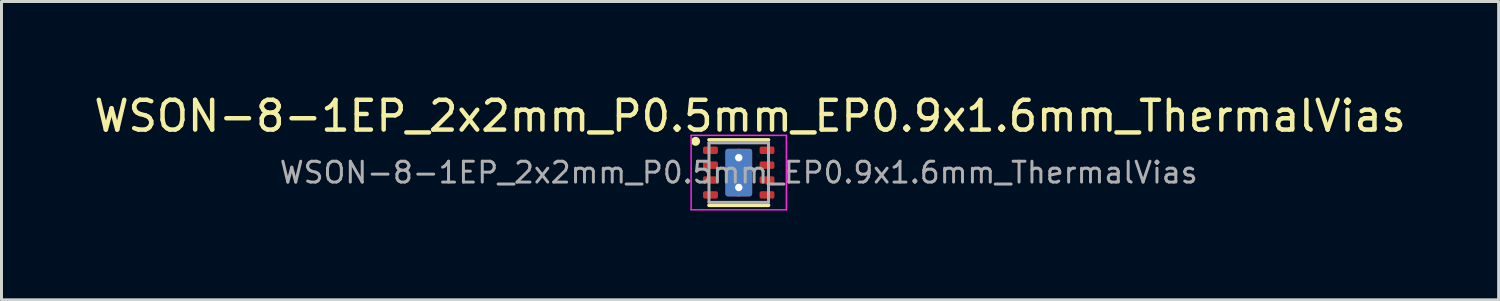
<source format=kicad_pcb>
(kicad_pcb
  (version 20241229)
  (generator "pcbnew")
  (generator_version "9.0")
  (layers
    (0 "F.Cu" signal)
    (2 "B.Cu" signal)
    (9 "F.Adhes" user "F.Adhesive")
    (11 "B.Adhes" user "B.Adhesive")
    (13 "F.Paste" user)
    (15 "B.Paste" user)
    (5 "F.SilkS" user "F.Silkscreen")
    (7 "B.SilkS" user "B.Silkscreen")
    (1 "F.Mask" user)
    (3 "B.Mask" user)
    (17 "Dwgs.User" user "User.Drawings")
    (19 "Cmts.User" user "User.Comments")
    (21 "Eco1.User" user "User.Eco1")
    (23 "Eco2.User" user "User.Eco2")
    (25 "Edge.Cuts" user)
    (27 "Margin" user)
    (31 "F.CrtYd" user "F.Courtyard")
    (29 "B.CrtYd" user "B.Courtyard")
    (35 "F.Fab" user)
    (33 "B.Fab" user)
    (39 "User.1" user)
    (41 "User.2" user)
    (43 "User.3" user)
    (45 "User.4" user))
  (footprint "WSON-8-1EP_2x2mm_P0.5mm_EP0.9x1.6mm_ThermalVias"
    (layer "F.Cu")
    (at 21.769 2.748)
    (property "Reference" "WSON-8-1EP_2x2mm_P0.5mm_EP0.9x1.6mm_ThermalVias" (at 0.38 -1.9 0) (layer "F.SilkS") (effects (font (size 1 1) (thickness 0.15))))
    (attr smd)
    (fp_line (start 1 -1.1) (end -1 -1.1) (stroke (width 0.12) (type solid)) (layer "F.SilkS"))
    (fp_line (start 1 1.1) (end -1 1.1) (stroke (width 0.12) (type solid)) (layer "F.SilkS"))
    (fp_circle (center -1.45 -1.05) (end -1.35 -1.05) (stroke (width 0.1) (type solid)) (fill yes) (layer "F.SilkS"))
    (fp_line (start -1.6 -1.25) (end -1.6 1.25) (stroke (width 0.05) (type solid)) (layer "F.CrtYd"))
    (fp_line (start -1.6 -1.25) (end 1.6 -1.25) (stroke (width 0.05) (type solid)) (layer "F.CrtYd"))
    (fp_line (start -1.6 1.25) (end 1.6 1.25) (stroke (width 0.05) (type solid)) (layer "F.CrtYd"))
    (fp_line (start 1.6 -1.25) (end 1.6 1.25) (stroke (width 0.05) (type solid)) (layer "F.CrtYd"))
    (fp_line (start -1 -1) (end 1 -1) (stroke (width 0.1) (type solid)) (layer "F.Fab"))
    (fp_line (start -1 1) (end -1 -1) (stroke (width 0.1) (type solid)) (layer "F.Fab"))
    (fp_line (start 1 -1) (end 1 1) (stroke (width 0.1) (type solid)) (layer "F.Fab"))
    (fp_line (start 1 1) (end -1 1) (stroke (width 0.1) (type solid)) (layer "F.Fab"))
    (fp_text user "${REFERENCE}" (at 0 0 0) (layer "F.Fab") (effects (font (size 0.7 0.7) (thickness 0.1))))
    (pad "" smd rect (at 0 -0.4) (size 0.75 0.65) (layers "F.Paste"))
    (pad "" smd rect (at 0 0.4) (size 0.75 0.65) (layers "F.Paste"))
    (pad "1" smd roundrect (at -0.95 -0.75) (size 0.5 0.25) (layers "F.Cu" "F.Mask" "F.Paste") (roundrect_rratio 0.25))
    (pad "2" smd roundrect (at -0.95 -0.25) (size 0.5 0.25) (layers "F.Cu" "F.Mask" "F.Paste") (roundrect_rratio 0.25))
    (pad "3" smd roundrect (at -0.95 0.25) (size 0.5 0.25) (layers "F.Cu" "F.Mask" "F.Paste") (roundrect_rratio 0.25))
    (pad "4" smd roundrect (at -0.95 0.75) (size 0.5 0.25) (layers "F.Cu" "F.Mask" "F.Paste") (roundrect_rratio 0.25))
    (pad "5" smd roundrect (at 0.95 0.75) (size 0.5 0.25) (layers "F.Cu" "F.Mask" "F.Paste") (roundrect_rratio 0.25))
    (pad "6" smd roundrect (at 0.95 0.25) (size 0.5 0.25) (layers "F.Cu" "F.Mask" "F.Paste") (roundrect_rratio 0.25))
    (pad "7" smd roundrect (at 0.95 -0.25) (size 0.5 0.25) (layers "F.Cu" "F.Mask" "F.Paste") (roundrect_rratio 0.25))
    (pad "8" smd roundrect (at 0.95 -0.75) (size 0.5 0.25) (layers "F.Cu" "F.Mask" "F.Paste") (roundrect_rratio 0.25))
    (pad "9" thru_hole circle (at 0 -0.5) (size 0.6 0.6) (drill 0.25) (layers "*.Cu"))
    (pad "9" smd roundrect (at 0 0) (size 0.9 1.6) (layers "F.Cu" "F.Mask") (roundrect_rratio 0.1))
    (pad "9" smd roundrect (at 0 0) (size 0.9 1.6) (layers "B.Cu") (roundrect_rratio 0.1))
    (pad "9" thru_hole circle (at 0 0.5) (size 0.6 0.6) (drill 0.25) (layers "*.Cu")))
  (gr_rect
    (start -3 -3)
    (end 47.298 7.023)
    (stroke (width 0.1) (type default))
    (fill no)
    (layer "Edge.Cuts")))
</source>
